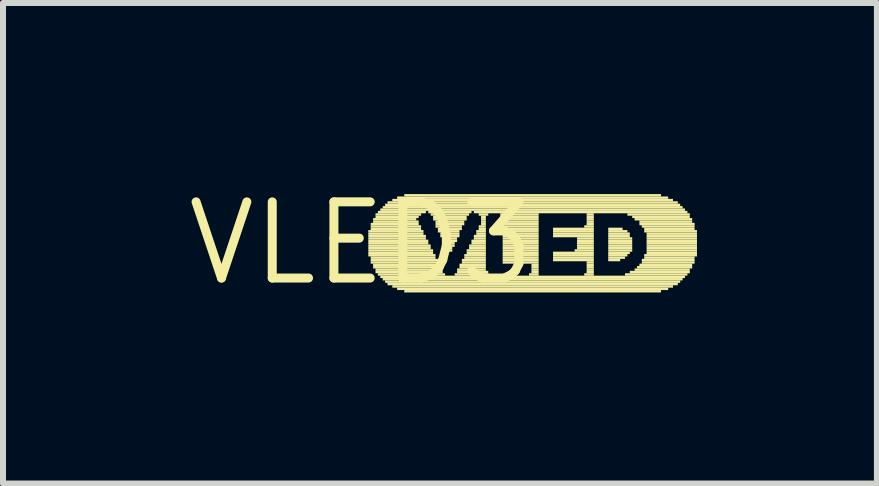
<source format=kicad_pcb>
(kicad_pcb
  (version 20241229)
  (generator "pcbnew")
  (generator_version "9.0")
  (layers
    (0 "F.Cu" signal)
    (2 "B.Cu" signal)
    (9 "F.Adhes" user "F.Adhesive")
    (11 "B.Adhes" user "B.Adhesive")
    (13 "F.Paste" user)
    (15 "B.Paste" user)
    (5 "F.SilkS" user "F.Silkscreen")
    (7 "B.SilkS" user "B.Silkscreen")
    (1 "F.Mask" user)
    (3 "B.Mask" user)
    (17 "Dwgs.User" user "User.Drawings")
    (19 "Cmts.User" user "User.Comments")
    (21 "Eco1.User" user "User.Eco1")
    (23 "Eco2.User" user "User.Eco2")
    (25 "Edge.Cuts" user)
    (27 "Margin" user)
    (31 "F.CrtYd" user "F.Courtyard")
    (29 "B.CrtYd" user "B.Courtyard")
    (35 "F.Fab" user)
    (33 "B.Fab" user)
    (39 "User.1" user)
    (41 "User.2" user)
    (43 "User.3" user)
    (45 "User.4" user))
  (footprint "VLED3"
    (layer "F.Cu")
    (at 2.971 1.006)
    (property "Reference" "VLED3" (at 0 0 0) (layer "F.SilkS") (effects (font (size 1.27 1.27) (thickness 0.15))))
    (attr through_hole)
    (fp_poly (pts (xy 0.12 -0.18) (xy 1.04 -0.18) (xy 1.04 -0.22) (xy 0.12 -0.22)) (stroke (width 0) (type solid)) (fill yes) (layer "F.SilkS"))
    (fp_poly (pts (xy 0.12 -0.14) (xy 1.04 -0.14) (xy 1.04 -0.18) (xy 0.12 -0.18)) (stroke (width 0) (type solid)) (fill yes) (layer "F.SilkS"))
    (fp_poly (pts (xy 0.12 -0.1) (xy 1.08 -0.1) (xy 1.08 -0.14) (xy 0.12 -0.14)) (stroke (width 0) (type solid)) (fill yes) (layer "F.SilkS"))
    (fp_poly (pts (xy 0.12 -0.06) (xy 1.08 -0.06) (xy 1.08 -0.1) (xy 0.12 -0.1)) (stroke (width 0) (type solid)) (fill yes) (layer "F.SilkS"))
    (fp_poly (pts (xy 0.12 -0.02) (xy 1.12 -0.02) (xy 1.12 -0.06) (xy 0.12 -0.06)) (stroke (width 0) (type solid)) (fill yes) (layer "F.SilkS"))
    (fp_poly (pts (xy 0.12 0.02) (xy 1.12 0.02) (xy 1.12 -0.02) (xy 0.12 -0.02)) (stroke (width 0) (type solid)) (fill yes) (layer "F.SilkS"))
    (fp_poly (pts (xy 0.12 0.06) (xy 1.16 0.06) (xy 1.16 0.02) (xy 0.12 0.02)) (stroke (width 0) (type solid)) (fill yes) (layer "F.SilkS"))
    (fp_poly (pts (xy 0.12 0.1) (xy 1.16 0.1) (xy 1.16 0.06) (xy 0.12 0.06)) (stroke (width 0) (type solid)) (fill yes) (layer "F.SilkS"))
    (fp_poly (pts (xy 0.12 0.14) (xy 1.2 0.14) (xy 1.2 0.1) (xy 0.12 0.1)) (stroke (width 0) (type solid)) (fill yes) (layer "F.SilkS"))
    (fp_poly (pts (xy 0.12 0.18) (xy 1.2 0.18) (xy 1.2 0.14) (xy 0.12 0.14)) (stroke (width 0) (type solid)) (fill yes) (layer "F.SilkS"))
    (fp_poly (pts (xy 0.12 0.22) (xy 1.24 0.22) (xy 1.24 0.18) (xy 0.12 0.18)) (stroke (width 0) (type solid)) (fill yes) (layer "F.SilkS"))
    (fp_poly (pts (xy 0.16 -0.3) (xy 0.96 -0.3) (xy 0.96 -0.34) (xy 0.16 -0.34)) (stroke (width 0) (type solid)) (fill yes) (layer "F.SilkS"))
    (fp_poly (pts (xy 0.16 -0.26) (xy 1 -0.26) (xy 1 -0.3) (xy 0.16 -0.3)) (stroke (width 0) (type solid)) (fill yes) (layer "F.SilkS"))
    (fp_poly (pts (xy 0.16 -0.22) (xy 1 -0.22) (xy 1 -0.26) (xy 0.16 -0.26)) (stroke (width 0) (type solid)) (fill yes) (layer "F.SilkS"))
    (fp_poly (pts (xy 0.16 0.26) (xy 1.24 0.26) (xy 1.24 0.22) (xy 0.16 0.22)) (stroke (width 0) (type solid)) (fill yes) (layer "F.SilkS"))
    (fp_poly (pts (xy 0.16 0.3) (xy 1.28 0.3) (xy 1.28 0.26) (xy 0.16 0.26)) (stroke (width 0) (type solid)) (fill yes) (layer "F.SilkS"))
    (fp_poly (pts (xy 0.16 0.34) (xy 1.28 0.34) (xy 1.28 0.3) (xy 0.16 0.3)) (stroke (width 0) (type solid)) (fill yes) (layer "F.SilkS"))
    (fp_poly (pts (xy 0.2 -0.38) (xy 0.92 -0.38) (xy 0.92 -0.42) (xy 0.2 -0.42)) (stroke (width 0) (type solid)) (fill yes) (layer "F.SilkS"))
    (fp_poly (pts (xy 0.2 -0.34) (xy 0.96 -0.34) (xy 0.96 -0.38) (xy 0.2 -0.38)) (stroke (width 0) (type solid)) (fill yes) (layer "F.SilkS"))
    (fp_poly (pts (xy 0.2 0.38) (xy 1.32 0.38) (xy 1.32 0.34) (xy 0.2 0.34)) (stroke (width 0) (type solid)) (fill yes) (layer "F.SilkS"))
    (fp_poly (pts (xy 0.2 0.42) (xy 1.32 0.42) (xy 1.32 0.38) (xy 0.2 0.38)) (stroke (width 0) (type solid)) (fill yes) (layer "F.SilkS"))
    (fp_poly (pts (xy 0.24 -0.46) (xy 1 -0.46) (xy 1 -0.5) (xy 0.24 -0.5)) (stroke (width 0) (type solid)) (fill yes) (layer "F.SilkS"))
    (fp_poly (pts (xy 0.24 -0.42) (xy 0.96 -0.42) (xy 0.96 -0.46) (xy 0.24 -0.46)) (stroke (width 0) (type solid)) (fill yes) (layer "F.SilkS"))
    (fp_poly (pts (xy 0.24 0.46) (xy 1.36 0.46) (xy 1.36 0.42) (xy 0.24 0.42)) (stroke (width 0) (type solid)) (fill yes) (layer "F.SilkS"))
    (fp_poly (pts (xy 0.24 0.5) (xy 1.36 0.5) (xy 1.36 0.46) (xy 0.24 0.46)) (stroke (width 0) (type solid)) (fill yes) (layer "F.SilkS"))
    (fp_poly (pts (xy 0.28 -0.5) (xy 1.08 -0.5) (xy 1.08 -0.54) (xy 0.28 -0.54)) (stroke (width 0) (type solid)) (fill yes) (layer "F.SilkS"))
    (fp_poly (pts (xy 0.28 0.54) (xy 1.4 0.54) (xy 1.4 0.5) (xy 0.28 0.5)) (stroke (width 0) (type solid)) (fill yes) (layer "F.SilkS"))
    (fp_poly (pts (xy 0.32 -0.54) (xy 5.4 -0.54) (xy 5.4 -0.58) (xy 0.32 -0.58)) (stroke (width 0) (type solid)) (fill yes) (layer "F.SilkS"))
    (fp_poly (pts (xy 0.32 0.58) (xy 5.4 0.58) (xy 5.4 0.54) (xy 0.32 0.54)) (stroke (width 0) (type solid)) (fill yes) (layer "F.SilkS"))
    (fp_poly (pts (xy 0.36 -0.58) (xy 5.36 -0.58) (xy 5.36 -0.62) (xy 0.36 -0.62)) (stroke (width 0) (type solid)) (fill yes) (layer "F.SilkS"))
    (fp_poly (pts (xy 0.36 0.62) (xy 5.36 0.62) (xy 5.36 0.58) (xy 0.36 0.58)) (stroke (width 0) (type solid)) (fill yes) (layer "F.SilkS"))
    (fp_poly (pts (xy 0.4 -0.62) (xy 5.32 -0.62) (xy 5.32 -0.66) (xy 0.4 -0.66)) (stroke (width 0) (type solid)) (fill yes) (layer "F.SilkS"))
    (fp_poly (pts (xy 0.4 0.66) (xy 5.32 0.66) (xy 5.32 0.62) (xy 0.4 0.62)) (stroke (width 0) (type solid)) (fill yes) (layer "F.SilkS"))
    (fp_poly (pts (xy 0.44 -0.66) (xy 5.28 -0.66) (xy 5.28 -0.7) (xy 0.44 -0.7)) (stroke (width 0) (type solid)) (fill yes) (layer "F.SilkS"))
    (fp_poly (pts (xy 0.44 0.7) (xy 5.28 0.7) (xy 5.28 0.66) (xy 0.44 0.66)) (stroke (width 0) (type solid)) (fill yes) (layer "F.SilkS"))
    (fp_poly (pts (xy 0.52 -0.7) (xy 5.2 -0.7) (xy 5.2 -0.74) (xy 0.52 -0.74)) (stroke (width 0) (type solid)) (fill yes) (layer "F.SilkS"))
    (fp_poly (pts (xy 0.52 0.74) (xy 5.2 0.74) (xy 5.2 0.7) (xy 0.52 0.7)) (stroke (width 0) (type solid)) (fill yes) (layer "F.SilkS"))
    (fp_poly (pts (xy 0.6 -0.74) (xy 5.12 -0.74) (xy 5.12 -0.78) (xy 0.6 -0.78)) (stroke (width 0) (type solid)) (fill yes) (layer "F.SilkS"))
    (fp_poly (pts (xy 0.6 0.78) (xy 5.12 0.78) (xy 5.12 0.74) (xy 0.6 0.74)) (stroke (width 0) (type solid)) (fill yes) (layer "F.SilkS"))
    (fp_poly (pts (xy 0.72 -0.78) (xy 5 -0.78) (xy 5 -0.82) (xy 0.72 -0.82)) (stroke (width 0) (type solid)) (fill yes) (layer "F.SilkS"))
    (fp_poly (pts (xy 0.72 0.82) (xy 5 0.82) (xy 5 0.78) (xy 0.72 0.78)) (stroke (width 0) (type solid)) (fill yes) (layer "F.SilkS"))
    (fp_poly (pts (xy 1.12 -0.5) (xy 1.84 -0.5) (xy 1.84 -0.54) (xy 1.12 -0.54)) (stroke (width 0) (type solid)) (fill yes) (layer "F.SilkS"))
    (fp_poly (pts (xy 1.16 -0.46) (xy 1.8 -0.46) (xy 1.8 -0.5) (xy 1.16 -0.5)) (stroke (width 0) (type solid)) (fill yes) (layer "F.SilkS"))
    (fp_poly (pts (xy 1.2 -0.42) (xy 1.76 -0.42) (xy 1.76 -0.46) (xy 1.2 -0.46)) (stroke (width 0) (type solid)) (fill yes) (layer "F.SilkS"))
    (fp_poly (pts (xy 1.2 -0.38) (xy 1.76 -0.38) (xy 1.76 -0.42) (xy 1.2 -0.42)) (stroke (width 0) (type solid)) (fill yes) (layer "F.SilkS"))
    (fp_poly (pts (xy 1.24 -0.34) (xy 1.72 -0.34) (xy 1.72 -0.38) (xy 1.24 -0.38)) (stroke (width 0) (type solid)) (fill yes) (layer "F.SilkS"))
    (fp_poly (pts (xy 1.24 -0.3) (xy 1.72 -0.3) (xy 1.72 -0.34) (xy 1.24 -0.34)) (stroke (width 0) (type solid)) (fill yes) (layer "F.SilkS"))
    (fp_poly (pts (xy 1.24 -0.26) (xy 1.68 -0.26) (xy 1.68 -0.3) (xy 1.24 -0.3)) (stroke (width 0) (type solid)) (fill yes) (layer "F.SilkS"))
    (fp_poly (pts (xy 1.28 -0.22) (xy 1.68 -0.22) (xy 1.68 -0.26) (xy 1.28 -0.26)) (stroke (width 0) (type solid)) (fill yes) (layer "F.SilkS"))
    (fp_poly (pts (xy 1.28 -0.18) (xy 1.64 -0.18) (xy 1.64 -0.22) (xy 1.28 -0.22)) (stroke (width 0) (type solid)) (fill yes) (layer "F.SilkS"))
    (fp_poly (pts (xy 1.32 -0.14) (xy 1.64 -0.14) (xy 1.64 -0.18) (xy 1.32 -0.18)) (stroke (width 0) (type solid)) (fill yes) (layer "F.SilkS"))
    (fp_poly (pts (xy 1.32 -0.1) (xy 1.64 -0.1) (xy 1.64 -0.14) (xy 1.32 -0.14)) (stroke (width 0) (type solid)) (fill yes) (layer "F.SilkS"))
    (fp_poly (pts (xy 1.36 -0.06) (xy 1.6 -0.06) (xy 1.6 -0.1) (xy 1.36 -0.1)) (stroke (width 0) (type solid)) (fill yes) (layer "F.SilkS"))
    (fp_poly (pts (xy 1.36 -0.02) (xy 1.6 -0.02) (xy 1.6 -0.06) (xy 1.36 -0.06)) (stroke (width 0) (type solid)) (fill yes) (layer "F.SilkS"))
    (fp_poly (pts (xy 1.4 0.02) (xy 1.56 0.02) (xy 1.56 -0.02) (xy 1.4 -0.02)) (stroke (width 0) (type solid)) (fill yes) (layer "F.SilkS"))
    (fp_poly (pts (xy 1.4 0.06) (xy 1.56 0.06) (xy 1.56 0.02) (xy 1.4 0.02)) (stroke (width 0) (type solid)) (fill yes) (layer "F.SilkS"))
    (fp_poly (pts (xy 1.44 0.1) (xy 1.52 0.1) (xy 1.52 0.06) (xy 1.44 0.06)) (stroke (width 0) (type solid)) (fill yes) (layer "F.SilkS"))
    (fp_poly (pts (xy 1.44 0.14) (xy 1.52 0.14) (xy 1.52 0.1) (xy 1.44 0.1)) (stroke (width 0) (type solid)) (fill yes) (layer "F.SilkS"))
    (fp_poly (pts (xy 1.56 0.54) (xy 2.12 0.54) (xy 2.12 0.5) (xy 1.56 0.5)) (stroke (width 0) (type solid)) (fill yes) (layer "F.SilkS"))
    (fp_poly (pts (xy 1.6 0.46) (xy 2.08 0.46) (xy 2.08 0.42) (xy 1.6 0.42)) (stroke (width 0) (type solid)) (fill yes) (layer "F.SilkS"))
    (fp_poly (pts (xy 1.6 0.5) (xy 2.12 0.5) (xy 2.12 0.46) (xy 1.6 0.46)) (stroke (width 0) (type solid)) (fill yes) (layer "F.SilkS"))
    (fp_poly (pts (xy 1.64 0.38) (xy 2.08 0.38) (xy 2.08 0.34) (xy 1.64 0.34)) (stroke (width 0) (type solid)) (fill yes) (layer "F.SilkS"))
    (fp_poly (pts (xy 1.64 0.42) (xy 2.08 0.42) (xy 2.08 0.38) (xy 1.64 0.38)) (stroke (width 0) (type solid)) (fill yes) (layer "F.SilkS"))
    (fp_poly (pts (xy 1.68 0.3) (xy 2.08 0.3) (xy 2.08 0.26) (xy 1.68 0.26)) (stroke (width 0) (type solid)) (fill yes) (layer "F.SilkS"))
    (fp_poly (pts (xy 1.68 0.34) (xy 2.08 0.34) (xy 2.08 0.3) (xy 1.68 0.3)) (stroke (width 0) (type solid)) (fill yes) (layer "F.SilkS"))
    (fp_poly (pts (xy 1.72 0.22) (xy 2.08 0.22) (xy 2.08 0.18) (xy 1.72 0.18)) (stroke (width 0) (type solid)) (fill yes) (layer "F.SilkS"))
    (fp_poly (pts (xy 1.72 0.26) (xy 2.08 0.26) (xy 2.08 0.22) (xy 1.72 0.22)) (stroke (width 0) (type solid)) (fill yes) (layer "F.SilkS"))
    (fp_poly (pts (xy 1.76 0.14) (xy 2.08 0.14) (xy 2.08 0.1) (xy 1.76 0.1)) (stroke (width 0) (type solid)) (fill yes) (layer "F.SilkS"))
    (fp_poly (pts (xy 1.76 0.18) (xy 2.08 0.18) (xy 2.08 0.14) (xy 1.76 0.14)) (stroke (width 0) (type solid)) (fill yes) (layer "F.SilkS"))
    (fp_poly (pts (xy 1.8 0.06) (xy 2.08 0.06) (xy 2.08 0.02) (xy 1.8 0.02)) (stroke (width 0) (type solid)) (fill yes) (layer "F.SilkS"))
    (fp_poly (pts (xy 1.8 0.1) (xy 2.08 0.1) (xy 2.08 0.06) (xy 1.8 0.06)) (stroke (width 0) (type solid)) (fill yes) (layer "F.SilkS"))
    (fp_poly (pts (xy 1.84 -0.02) (xy 2.08 -0.02) (xy 2.08 -0.06) (xy 1.84 -0.06)) (stroke (width 0) (type solid)) (fill yes) (layer "F.SilkS"))
    (fp_poly (pts (xy 1.84 0.02) (xy 2.08 0.02) (xy 2.08 -0.02) (xy 1.84 -0.02)) (stroke (width 0) (type solid)) (fill yes) (layer "F.SilkS"))
    (fp_poly (pts (xy 1.88 -0.5) (xy 5.44 -0.5) (xy 5.44 -0.54) (xy 1.88 -0.54)) (stroke (width 0) (type solid)) (fill yes) (layer "F.SilkS"))
    (fp_poly (pts (xy 1.88 -0.1) (xy 2.08 -0.1) (xy 2.08 -0.14) (xy 1.88 -0.14)) (stroke (width 0) (type solid)) (fill yes) (layer "F.SilkS"))
    (fp_poly (pts (xy 1.88 -0.06) (xy 2.08 -0.06) (xy 2.08 -0.1) (xy 1.88 -0.1)) (stroke (width 0) (type solid)) (fill yes) (layer "F.SilkS"))
    (fp_poly (pts (xy 1.92 -0.18) (xy 2.08 -0.18) (xy 2.08 -0.22) (xy 1.92 -0.22)) (stroke (width 0) (type solid)) (fill yes) (layer "F.SilkS"))
    (fp_poly (pts (xy 1.92 -0.14) (xy 2.08 -0.14) (xy 2.08 -0.18) (xy 1.92 -0.18)) (stroke (width 0) (type solid)) (fill yes) (layer "F.SilkS"))
    (fp_poly (pts (xy 1.96 -0.46) (xy 2.12 -0.46) (xy 2.12 -0.5) (xy 1.96 -0.5)) (stroke (width 0) (type solid)) (fill yes) (layer "F.SilkS"))
    (fp_poly (pts (xy 1.96 -0.26) (xy 2.08 -0.26) (xy 2.08 -0.3) (xy 1.96 -0.3)) (stroke (width 0) (type solid)) (fill yes) (layer "F.SilkS"))
    (fp_poly (pts (xy 1.96 -0.22) (xy 2.08 -0.22) (xy 2.08 -0.26) (xy 1.96 -0.26)) (stroke (width 0) (type solid)) (fill yes) (layer "F.SilkS"))
    (fp_poly (pts (xy 2 -0.42) (xy 2.08 -0.42) (xy 2.08 -0.46) (xy 2 -0.46)) (stroke (width 0) (type solid)) (fill yes) (layer "F.SilkS"))
    (fp_poly (pts (xy 2 -0.38) (xy 2.08 -0.38) (xy 2.08 -0.42) (xy 2 -0.42)) (stroke (width 0) (type solid)) (fill yes) (layer "F.SilkS"))
    (fp_poly (pts (xy 2 -0.34) (xy 2.08 -0.34) (xy 2.08 -0.38) (xy 2 -0.38)) (stroke (width 0) (type solid)) (fill yes) (layer "F.SilkS"))
    (fp_poly (pts (xy 2 -0.3) (xy 2.08 -0.3) (xy 2.08 -0.34) (xy 2 -0.34)) (stroke (width 0) (type solid)) (fill yes) (layer "F.SilkS"))
    (fp_poly (pts (xy 2.32 -0.46) (xy 2.96 -0.46) (xy 2.96 -0.5) (xy 2.32 -0.5)) (stroke (width 0) (type solid)) (fill yes) (layer "F.SilkS"))
    (fp_poly (pts (xy 2.32 -0.42) (xy 2.96 -0.42) (xy 2.96 -0.46) (xy 2.32 -0.46)) (stroke (width 0) (type solid)) (fill yes) (layer "F.SilkS"))
    (fp_poly (pts (xy 2.36 -0.38) (xy 2.96 -0.38) (xy 2.96 -0.42) (xy 2.36 -0.42)) (stroke (width 0) (type solid)) (fill yes) (layer "F.SilkS"))
    (fp_poly (pts (xy 2.36 -0.34) (xy 2.96 -0.34) (xy 2.96 -0.38) (xy 2.36 -0.38)) (stroke (width 0) (type solid)) (fill yes) (layer "F.SilkS"))
    (fp_poly (pts (xy 2.36 -0.3) (xy 2.96 -0.3) (xy 2.96 -0.34) (xy 2.36 -0.34)) (stroke (width 0) (type solid)) (fill yes) (layer "F.SilkS"))
    (fp_poly (pts (xy 2.36 -0.26) (xy 2.96 -0.26) (xy 2.96 -0.3) (xy 2.36 -0.3)) (stroke (width 0) (type solid)) (fill yes) (layer "F.SilkS"))
    (fp_poly (pts (xy 2.36 -0.22) (xy 2.96 -0.22) (xy 2.96 -0.26) (xy 2.36 -0.26)) (stroke (width 0) (type solid)) (fill yes) (layer "F.SilkS"))
    (fp_poly (pts (xy 2.36 -0.18) (xy 2.96 -0.18) (xy 2.96 -0.22) (xy 2.36 -0.22)) (stroke (width 0) (type solid)) (fill yes) (layer "F.SilkS"))
    (fp_poly (pts (xy 2.36 -0.14) (xy 2.96 -0.14) (xy 2.96 -0.18) (xy 2.36 -0.18)) (stroke (width 0) (type solid)) (fill yes) (layer "F.SilkS"))
    (fp_poly (pts (xy 2.36 -0.1) (xy 2.96 -0.1) (xy 2.96 -0.14) (xy 2.36 -0.14)) (stroke (width 0) (type solid)) (fill yes) (layer "F.SilkS"))
    (fp_poly (pts (xy 2.36 -0.06) (xy 2.96 -0.06) (xy 2.96 -0.1) (xy 2.36 -0.1)) (stroke (width 0) (type solid)) (fill yes) (layer "F.SilkS"))
    (fp_poly (pts (xy 2.36 -0.02) (xy 2.96 -0.02) (xy 2.96 -0.06) (xy 2.36 -0.06)) (stroke (width 0) (type solid)) (fill yes) (layer "F.SilkS"))
    (fp_poly (pts (xy 2.36 0.02) (xy 2.96 0.02) (xy 2.96 -0.02) (xy 2.36 -0.02)) (stroke (width 0) (type solid)) (fill yes) (layer "F.SilkS"))
    (fp_poly (pts (xy 2.36 0.06) (xy 2.96 0.06) (xy 2.96 0.02) (xy 2.36 0.02)) (stroke (width 0) (type solid)) (fill yes) (layer "F.SilkS"))
    (fp_poly (pts (xy 2.36 0.1) (xy 2.96 0.1) (xy 2.96 0.06) (xy 2.36 0.06)) (stroke (width 0) (type solid)) (fill yes) (layer "F.SilkS"))
    (fp_poly (pts (xy 2.36 0.14) (xy 2.96 0.14) (xy 2.96 0.1) (xy 2.36 0.1)) (stroke (width 0) (type solid)) (fill yes) (layer "F.SilkS"))
    (fp_poly (pts (xy 2.36 0.18) (xy 2.96 0.18) (xy 2.96 0.14) (xy 2.36 0.14)) (stroke (width 0) (type solid)) (fill yes) (layer "F.SilkS"))
    (fp_poly (pts (xy 2.36 0.22) (xy 2.96 0.22) (xy 2.96 0.18) (xy 2.36 0.18)) (stroke (width 0) (type solid)) (fill yes) (layer "F.SilkS"))
    (fp_poly (pts (xy 2.36 0.26) (xy 2.96 0.26) (xy 2.96 0.22) (xy 2.36 0.22)) (stroke (width 0) (type solid)) (fill yes) (layer "F.SilkS"))
    (fp_poly (pts (xy 2.36 0.3) (xy 2.96 0.3) (xy 2.96 0.26) (xy 2.36 0.26)) (stroke (width 0) (type solid)) (fill yes) (layer "F.SilkS"))
    (fp_poly (pts (xy 2.36 0.34) (xy 2.96 0.34) (xy 2.96 0.3) (xy 2.36 0.3)) (stroke (width 0) (type solid)) (fill yes) (layer "F.SilkS"))
    (fp_poly (pts (xy 2.8 0.54) (xy 2.96 0.54) (xy 2.96 0.5) (xy 2.8 0.5)) (stroke (width 0) (type solid)) (fill yes) (layer "F.SilkS"))
    (fp_poly (pts (xy 2.84 0.38) (xy 2.96 0.38) (xy 2.96 0.34) (xy 2.84 0.34)) (stroke (width 0) (type solid)) (fill yes) (layer "F.SilkS"))
    (fp_poly (pts (xy 2.84 0.42) (xy 2.96 0.42) (xy 2.96 0.38) (xy 2.84 0.38)) (stroke (width 0) (type solid)) (fill yes) (layer "F.SilkS"))
    (fp_poly (pts (xy 2.84 0.46) (xy 2.96 0.46) (xy 2.96 0.42) (xy 2.84 0.42)) (stroke (width 0) (type solid)) (fill yes) (layer "F.SilkS"))
    (fp_poly (pts (xy 2.84 0.5) (xy 2.96 0.5) (xy 2.96 0.46) (xy 2.84 0.46)) (stroke (width 0) (type solid)) (fill yes) (layer "F.SilkS"))
    (fp_poly (pts (xy 3.2 -0.22) (xy 3.88 -0.22) (xy 3.88 -0.26) (xy 3.2 -0.26)) (stroke (width 0) (type solid)) (fill yes) (layer "F.SilkS"))
    (fp_poly (pts (xy 3.2 -0.18) (xy 3.88 -0.18) (xy 3.88 -0.22) (xy 3.2 -0.22)) (stroke (width 0) (type solid)) (fill yes) (layer "F.SilkS"))
    (fp_poly (pts (xy 3.2 -0.14) (xy 3.88 -0.14) (xy 3.88 -0.18) (xy 3.2 -0.18)) (stroke (width 0) (type solid)) (fill yes) (layer "F.SilkS"))
    (fp_poly (pts (xy 3.2 -0.1) (xy 3.88 -0.1) (xy 3.88 -0.14) (xy 3.2 -0.14)) (stroke (width 0) (type solid)) (fill yes) (layer "F.SilkS"))
    (fp_poly (pts (xy 3.2 0.18) (xy 3.88 0.18) (xy 3.88 0.14) (xy 3.2 0.14)) (stroke (width 0) (type solid)) (fill yes) (layer "F.SilkS"))
    (fp_poly (pts (xy 3.2 0.22) (xy 3.88 0.22) (xy 3.88 0.18) (xy 3.2 0.18)) (stroke (width 0) (type solid)) (fill yes) (layer "F.SilkS"))
    (fp_poly (pts (xy 3.2 0.26) (xy 3.88 0.26) (xy 3.88 0.22) (xy 3.2 0.22)) (stroke (width 0) (type solid)) (fill yes) (layer "F.SilkS"))
    (fp_poly (pts (xy 3.2 0.3) (xy 3.88 0.3) (xy 3.88 0.26) (xy 3.2 0.26)) (stroke (width 0) (type solid)) (fill yes) (layer "F.SilkS"))
    (fp_poly (pts (xy 3.56 0.14) (xy 3.88 0.14) (xy 3.88 0.1) (xy 3.56 0.1)) (stroke (width 0) (type solid)) (fill yes) (layer "F.SilkS"))
    (fp_poly (pts (xy 3.6 -0.06) (xy 3.88 -0.06) (xy 3.88 -0.1) (xy 3.6 -0.1)) (stroke (width 0) (type solid)) (fill yes) (layer "F.SilkS"))
    (fp_poly (pts (xy 3.6 -0.02) (xy 3.88 -0.02) (xy 3.88 -0.06) (xy 3.6 -0.06)) (stroke (width 0) (type solid)) (fill yes) (layer "F.SilkS"))
    (fp_poly (pts (xy 3.6 0.02) (xy 3.88 0.02) (xy 3.88 -0.02) (xy 3.6 -0.02)) (stroke (width 0) (type solid)) (fill yes) (layer "F.SilkS"))
    (fp_poly (pts (xy 3.6 0.06) (xy 3.88 0.06) (xy 3.88 0.02) (xy 3.6 0.02)) (stroke (width 0) (type solid)) (fill yes) (layer "F.SilkS"))
    (fp_poly (pts (xy 3.6 0.1) (xy 3.88 0.1) (xy 3.88 0.06) (xy 3.6 0.06)) (stroke (width 0) (type solid)) (fill yes) (layer "F.SilkS"))
    (fp_poly (pts (xy 3.72 -0.26) (xy 3.88 -0.26) (xy 3.88 -0.3) (xy 3.72 -0.3)) (stroke (width 0) (type solid)) (fill yes) (layer "F.SilkS"))
    (fp_poly (pts (xy 3.72 0.54) (xy 3.88 0.54) (xy 3.88 0.5) (xy 3.72 0.5)) (stroke (width 0) (type solid)) (fill yes) (layer "F.SilkS"))
    (fp_poly (pts (xy 3.76 -0.46) (xy 3.88 -0.46) (xy 3.88 -0.5) (xy 3.76 -0.5)) (stroke (width 0) (type solid)) (fill yes) (layer "F.SilkS"))
    (fp_poly (pts (xy 3.76 -0.42) (xy 3.88 -0.42) (xy 3.88 -0.46) (xy 3.76 -0.46)) (stroke (width 0) (type solid)) (fill yes) (layer "F.SilkS"))
    (fp_poly (pts (xy 3.76 -0.38) (xy 3.88 -0.38) (xy 3.88 -0.42) (xy 3.76 -0.42)) (stroke (width 0) (type solid)) (fill yes) (layer "F.SilkS"))
    (fp_poly (pts (xy 3.76 -0.34) (xy 3.88 -0.34) (xy 3.88 -0.38) (xy 3.76 -0.38)) (stroke (width 0) (type solid)) (fill yes) (layer "F.SilkS"))
    (fp_poly (pts (xy 3.76 -0.3) (xy 3.88 -0.3) (xy 3.88 -0.34) (xy 3.76 -0.34)) (stroke (width 0) (type solid)) (fill yes) (layer "F.SilkS"))
    (fp_poly (pts (xy 3.76 0.34) (xy 3.88 0.34) (xy 3.88 0.3) (xy 3.76 0.3)) (stroke (width 0) (type solid)) (fill yes) (layer "F.SilkS"))
    (fp_poly (pts (xy 3.76 0.38) (xy 3.88 0.38) (xy 3.88 0.34) (xy 3.76 0.34)) (stroke (width 0) (type solid)) (fill yes) (layer "F.SilkS"))
    (fp_poly (pts (xy 3.76 0.42) (xy 3.88 0.42) (xy 3.88 0.38) (xy 3.76 0.38)) (stroke (width 0) (type solid)) (fill yes) (layer "F.SilkS"))
    (fp_poly (pts (xy 3.76 0.46) (xy 3.88 0.46) (xy 3.88 0.42) (xy 3.76 0.42)) (stroke (width 0) (type solid)) (fill yes) (layer "F.SilkS"))
    (fp_poly (pts (xy 3.76 0.5) (xy 3.88 0.5) (xy 3.88 0.46) (xy 3.76 0.46)) (stroke (width 0) (type solid)) (fill yes) (layer "F.SilkS"))
    (fp_poly (pts (xy 4.12 -0.22) (xy 4.36 -0.22) (xy 4.36 -0.26) (xy 4.12 -0.26)) (stroke (width 0) (type solid)) (fill yes) (layer "F.SilkS"))
    (fp_poly (pts (xy 4.12 -0.18) (xy 4.44 -0.18) (xy 4.44 -0.22) (xy 4.12 -0.22)) (stroke (width 0) (type solid)) (fill yes) (layer "F.SilkS"))
    (fp_poly (pts (xy 4.12 -0.14) (xy 4.48 -0.14) (xy 4.48 -0.18) (xy 4.12 -0.18)) (stroke (width 0) (type solid)) (fill yes) (layer "F.SilkS"))
    (fp_poly (pts (xy 4.12 -0.1) (xy 4.48 -0.1) (xy 4.48 -0.14) (xy 4.12 -0.14)) (stroke (width 0) (type solid)) (fill yes) (layer "F.SilkS"))
    (fp_poly (pts (xy 4.12 -0.06) (xy 4.52 -0.06) (xy 4.52 -0.1) (xy 4.12 -0.1)) (stroke (width 0) (type solid)) (fill yes) (layer "F.SilkS"))
    (fp_poly (pts (xy 4.12 -0.02) (xy 4.52 -0.02) (xy 4.52 -0.06) (xy 4.12 -0.06)) (stroke (width 0) (type solid)) (fill yes) (layer "F.SilkS"))
    (fp_poly (pts (xy 4.12 0.02) (xy 4.52 0.02) (xy 4.52 -0.02) (xy 4.12 -0.02)) (stroke (width 0) (type solid)) (fill yes) (layer "F.SilkS"))
    (fp_poly (pts (xy 4.12 0.06) (xy 4.52 0.06) (xy 4.52 0.02) (xy 4.12 0.02)) (stroke (width 0) (type solid)) (fill yes) (layer "F.SilkS"))
    (fp_poly (pts (xy 4.12 0.1) (xy 4.52 0.1) (xy 4.52 0.06) (xy 4.12 0.06)) (stroke (width 0) (type solid)) (fill yes) (layer "F.SilkS"))
    (fp_poly (pts (xy 4.12 0.14) (xy 4.52 0.14) (xy 4.52 0.1) (xy 4.12 0.1)) (stroke (width 0) (type solid)) (fill yes) (layer "F.SilkS"))
    (fp_poly (pts (xy 4.12 0.18) (xy 4.48 0.18) (xy 4.48 0.14) (xy 4.12 0.14)) (stroke (width 0) (type solid)) (fill yes) (layer "F.SilkS"))
    (fp_poly (pts (xy 4.12 0.22) (xy 4.44 0.22) (xy 4.44 0.18) (xy 4.12 0.18)) (stroke (width 0) (type solid)) (fill yes) (layer "F.SilkS"))
    (fp_poly (pts (xy 4.12 0.26) (xy 4.4 0.26) (xy 4.4 0.22) (xy 4.12 0.22)) (stroke (width 0) (type solid)) (fill yes) (layer "F.SilkS"))
    (fp_poly (pts (xy 4.12 0.3) (xy 4.32 0.3) (xy 4.32 0.26) (xy 4.12 0.26)) (stroke (width 0) (type solid)) (fill yes) (layer "F.SilkS"))
    (fp_poly (pts (xy 4.4 0.54) (xy 5.44 0.54) (xy 5.44 0.5) (xy 4.4 0.5)) (stroke (width 0) (type solid)) (fill yes) (layer "F.SilkS"))
    (fp_poly (pts (xy 4.44 -0.46) (xy 5.48 -0.46) (xy 5.48 -0.5) (xy 4.44 -0.5)) (stroke (width 0) (type solid)) (fill yes) (layer "F.SilkS"))
    (fp_poly (pts (xy 4.48 0.5) (xy 5.48 0.5) (xy 5.48 0.46) (xy 4.48 0.46)) (stroke (width 0) (type solid)) (fill yes) (layer "F.SilkS"))
    (fp_poly (pts (xy 4.52 -0.42) (xy 5.48 -0.42) (xy 5.48 -0.46) (xy 4.52 -0.46)) (stroke (width 0) (type solid)) (fill yes) (layer "F.SilkS"))
    (fp_poly (pts (xy 4.56 -0.38) (xy 5.52 -0.38) (xy 5.52 -0.42) (xy 4.56 -0.42)) (stroke (width 0) (type solid)) (fill yes) (layer "F.SilkS"))
    (fp_poly (pts (xy 4.56 0.46) (xy 5.48 0.46) (xy 5.48 0.42) (xy 4.56 0.42)) (stroke (width 0) (type solid)) (fill yes) (layer "F.SilkS"))
    (fp_poly (pts (xy 4.6 0.42) (xy 5.52 0.42) (xy 5.52 0.38) (xy 4.6 0.38)) (stroke (width 0) (type solid)) (fill yes) (layer "F.SilkS"))
    (fp_poly (pts (xy 4.64 -0.34) (xy 5.52 -0.34) (xy 5.52 -0.38) (xy 4.64 -0.38)) (stroke (width 0) (type solid)) (fill yes) (layer "F.SilkS"))
    (fp_poly (pts (xy 4.64 -0.3) (xy 5.56 -0.3) (xy 5.56 -0.34) (xy 4.64 -0.34)) (stroke (width 0) (type solid)) (fill yes) (layer "F.SilkS"))
    (fp_poly (pts (xy 4.64 0.38) (xy 5.52 0.38) (xy 5.52 0.34) (xy 4.64 0.34)) (stroke (width 0) (type solid)) (fill yes) (layer "F.SilkS"))
    (fp_poly (pts (xy 4.68 -0.26) (xy 5.56 -0.26) (xy 5.56 -0.3) (xy 4.68 -0.3)) (stroke (width 0) (type solid)) (fill yes) (layer "F.SilkS"))
    (fp_poly (pts (xy 4.68 0.3) (xy 5.56 0.3) (xy 5.56 0.26) (xy 4.68 0.26)) (stroke (width 0) (type solid)) (fill yes) (layer "F.SilkS"))
    (fp_poly (pts (xy 4.68 0.34) (xy 5.56 0.34) (xy 5.56 0.3) (xy 4.68 0.3)) (stroke (width 0) (type solid)) (fill yes) (layer "F.SilkS"))
    (fp_poly (pts (xy 4.72 -0.22) (xy 5.56 -0.22) (xy 5.56 -0.26) (xy 4.72 -0.26)) (stroke (width 0) (type solid)) (fill yes) (layer "F.SilkS"))
    (fp_poly (pts (xy 4.72 -0.18) (xy 5.6 -0.18) (xy 5.6 -0.22) (xy 4.72 -0.22)) (stroke (width 0) (type solid)) (fill yes) (layer "F.SilkS"))
    (fp_poly (pts (xy 4.72 0.22) (xy 5.6 0.22) (xy 5.6 0.18) (xy 4.72 0.18)) (stroke (width 0) (type solid)) (fill yes) (layer "F.SilkS"))
    (fp_poly (pts (xy 4.72 0.26) (xy 5.56 0.26) (xy 5.56 0.22) (xy 4.72 0.22)) (stroke (width 0) (type solid)) (fill yes) (layer "F.SilkS"))
    (fp_poly (pts (xy 4.76 -0.14) (xy 5.6 -0.14) (xy 5.6 -0.18) (xy 4.76 -0.18)) (stroke (width 0) (type solid)) (fill yes) (layer "F.SilkS"))
    (fp_poly (pts (xy 4.76 -0.1) (xy 5.6 -0.1) (xy 5.6 -0.14) (xy 4.76 -0.14)) (stroke (width 0) (type solid)) (fill yes) (layer "F.SilkS"))
    (fp_poly (pts (xy 4.76 -0.06) (xy 5.6 -0.06) (xy 5.6 -0.1) (xy 4.76 -0.1)) (stroke (width 0) (type solid)) (fill yes) (layer "F.SilkS"))
    (fp_poly (pts (xy 4.76 -0.02) (xy 5.6 -0.02) (xy 5.6 -0.06) (xy 4.76 -0.06)) (stroke (width 0) (type solid)) (fill yes) (layer "F.SilkS"))
    (fp_poly (pts (xy 4.76 0.02) (xy 5.6 0.02) (xy 5.6 -0.02) (xy 4.76 -0.02)) (stroke (width 0) (type solid)) (fill yes) (layer "F.SilkS"))
    (fp_poly (pts (xy 4.76 0.06) (xy 5.6 0.06) (xy 5.6 0.02) (xy 4.76 0.02)) (stroke (width 0) (type solid)) (fill yes) (layer "F.SilkS"))
    (fp_poly (pts (xy 4.76 0.1) (xy 5.6 0.1) (xy 5.6 0.06) (xy 4.76 0.06)) (stroke (width 0) (type solid)) (fill yes) (layer "F.SilkS"))
    (fp_poly (pts (xy 4.76 0.14) (xy 5.6 0.14) (xy 5.6 0.1) (xy 4.76 0.1)) (stroke (width 0) (type solid)) (fill yes) (layer "F.SilkS"))
    (fp_poly (pts (xy 4.76 0.18) (xy 5.6 0.18) (xy 5.6 0.14) (xy 4.76 0.14)) (stroke (width 0) (type solid)) (fill yes) (layer "F.SilkS")))
  (gr_rect
    (start -3 -3)
    (end 11.571 5.012)
    (stroke (width 0.1) (type default))
    (fill no)
    (layer "Edge.Cuts")))
</source>
